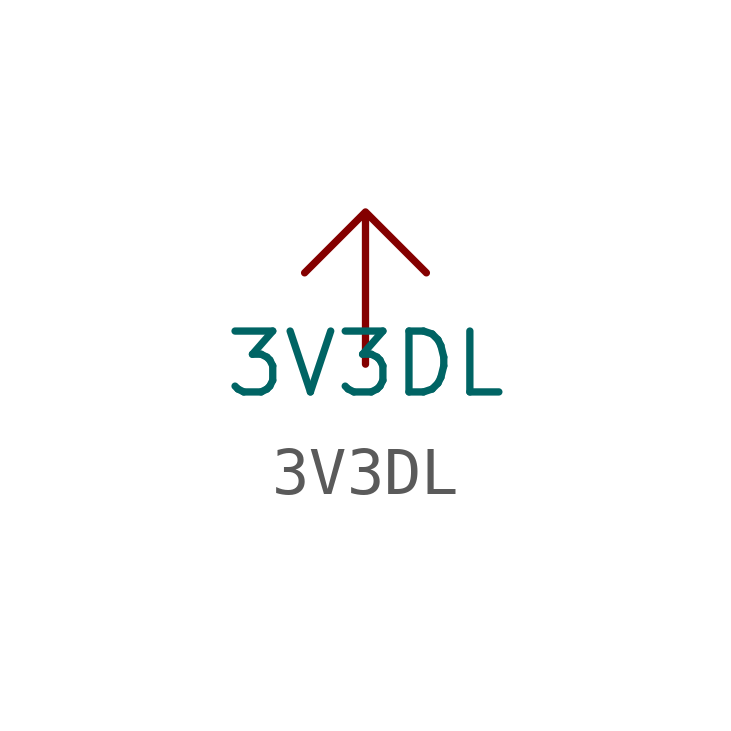
<source format=kicad_sym>
(kicad_symbol_lib
  (version 20231120)
  (generator "kicad_symbol_editor")
  (generator_version "8.0")
  (symbol "3V3DL"
    (power)
    (property "Reference" "#PWR"
      (at -5.842 1.27 0)
      (effects (font (size 1.27 1.27)) (hide yes)))
    (property "Value" "3V3DL"
      (at 0 0 0)
      (effects (font (size 1.27 1.27))))
    (symbol "3V3DL_1_1"
      (polyline (pts (xy 0 0) (xy 0 3.175) (xy -1.27 1.905) (xy 0 3.175) (xy 1.27 1.905)) (stroke (width 0) (type default)) (fill (type none)))
      (pin power_out line (at 0 0 90) (length 2.54) hide (name "3V3DL" (effects (font (size 1.27 1.27)))) (number "" (effects (font (size 1.27 1.27))))))))
</source>
